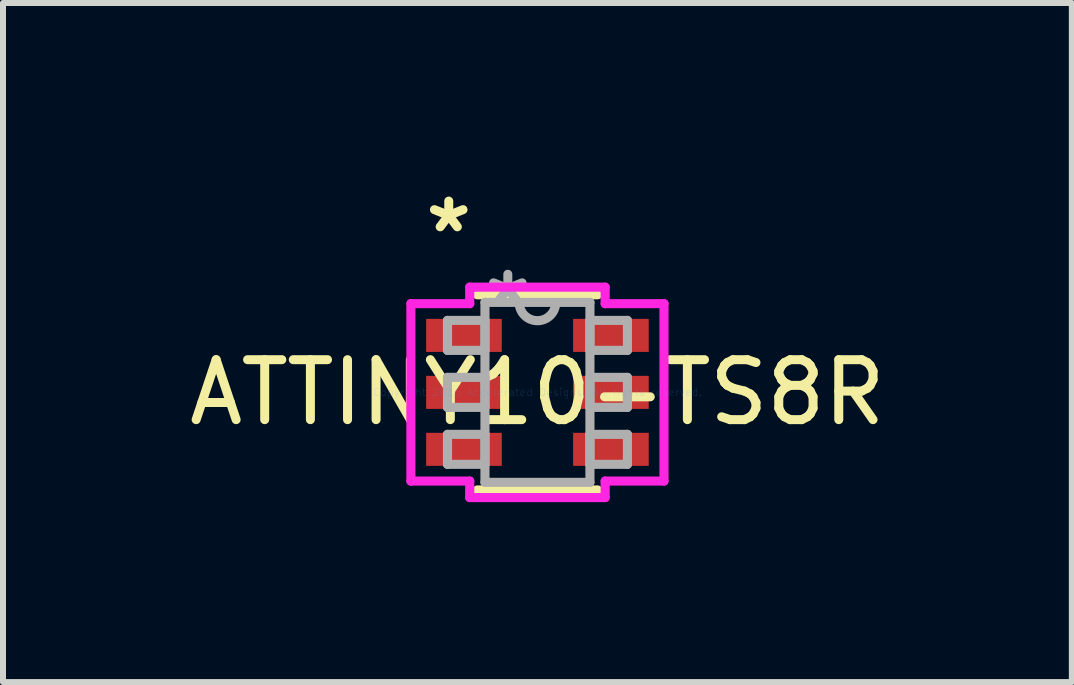
<source format=kicad_pcb>
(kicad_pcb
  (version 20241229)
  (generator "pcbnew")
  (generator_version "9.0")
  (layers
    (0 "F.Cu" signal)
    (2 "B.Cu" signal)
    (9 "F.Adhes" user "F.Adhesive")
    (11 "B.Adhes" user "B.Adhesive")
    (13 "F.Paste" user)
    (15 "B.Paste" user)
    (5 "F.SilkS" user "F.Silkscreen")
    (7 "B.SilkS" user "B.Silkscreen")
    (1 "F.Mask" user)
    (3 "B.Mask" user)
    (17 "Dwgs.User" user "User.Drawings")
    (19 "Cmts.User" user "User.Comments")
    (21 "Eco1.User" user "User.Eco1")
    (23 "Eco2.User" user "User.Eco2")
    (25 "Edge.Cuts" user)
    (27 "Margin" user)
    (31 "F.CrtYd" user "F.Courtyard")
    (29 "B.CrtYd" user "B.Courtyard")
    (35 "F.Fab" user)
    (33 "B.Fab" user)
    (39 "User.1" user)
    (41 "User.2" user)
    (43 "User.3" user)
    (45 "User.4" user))
  (footprint "ATTINY10-TS8R"
    (layer "F.Cu")
    (at 5.911 3.492)
    (property "Reference" "ATTINY10-TS8R" (at 0 0 0) (layer "F.SilkS") (effects (font (size 1 1) (thickness 0.15))))
    (attr through_hole)
    (fp_line (start -1.002 1.627) (end 1.002 1.627) (stroke (width 0.152) (type solid)) (layer "F.SilkS"))
    (fp_line (start 1.002 -1.627) (end -1.002 -1.627) (stroke (width 0.152) (type solid)) (layer "F.SilkS"))
    (fp_line (start -2.11 -1.479) (end -1.129 -1.479) (stroke (width 0.152) (type solid)) (layer "F.CrtYd"))
    (fp_line (start -2.11 1.479) (end -2.11 -1.479) (stroke (width 0.152) (type solid)) (layer "F.CrtYd"))
    (fp_line (start -1.129 -1.754) (end 1.129 -1.754) (stroke (width 0.152) (type solid)) (layer "F.CrtYd"))
    (fp_line (start -1.129 -1.479) (end -1.129 -1.754) (stroke (width 0.152) (type solid)) (layer "F.CrtYd"))
    (fp_line (start -1.129 1.479) (end -2.11 1.479) (stroke (width 0.152) (type solid)) (layer "F.CrtYd"))
    (fp_line (start -1.129 1.754) (end -1.129 1.479) (stroke (width 0.152) (type solid)) (layer "F.CrtYd"))
    (fp_line (start 1.129 -1.754) (end 1.129 -1.479) (stroke (width 0.152) (type solid)) (layer "F.CrtYd"))
    (fp_line (start 1.129 -1.479) (end 2.11 -1.479) (stroke (width 0.152) (type solid)) (layer "F.CrtYd"))
    (fp_line (start 1.129 1.479) (end 1.129 1.754) (stroke (width 0.152) (type solid)) (layer "F.CrtYd"))
    (fp_line (start 1.129 1.754) (end -1.129 1.754) (stroke (width 0.152) (type solid)) (layer "F.CrtYd"))
    (fp_line (start 2.11 -1.479) (end 2.11 1.479) (stroke (width 0.152) (type solid)) (layer "F.CrtYd"))
    (fp_line (start 2.11 1.479) (end 1.129 1.479) (stroke (width 0.152) (type solid)) (layer "F.CrtYd"))
    (fp_line (start -1.5 -1.2) (end -1.5 -0.7) (stroke (width 0.152) (type solid)) (layer "F.Fab"))
    (fp_line (start -1.5 -0.7) (end -0.875 -0.7) (stroke (width 0.152) (type solid)) (layer "F.Fab"))
    (fp_line (start -1.5 -0.25) (end -1.5 0.25) (stroke (width 0.152) (type solid)) (layer "F.Fab"))
    (fp_line (start -1.5 0.25) (end -0.875 0.25) (stroke (width 0.152) (type solid)) (layer "F.Fab"))
    (fp_line (start -1.5 0.7) (end -1.5 1.2) (stroke (width 0.152) (type solid)) (layer "F.Fab"))
    (fp_line (start -1.5 1.2) (end -0.875 1.2) (stroke (width 0.152) (type solid)) (layer "F.Fab"))
    (fp_line (start -0.875 -1.5) (end -0.875 1.5) (stroke (width 0.152) (type solid)) (layer "F.Fab"))
    (fp_line (start -0.875 -1.2) (end -1.5 -1.2) (stroke (width 0.152) (type solid)) (layer "F.Fab"))
    (fp_line (start -0.875 -0.7) (end -0.875 -1.2) (stroke (width 0.152) (type solid)) (layer "F.Fab"))
    (fp_line (start -0.875 -0.25) (end -1.5 -0.25) (stroke (width 0.152) (type solid)) (layer "F.Fab"))
    (fp_line (start -0.875 0.25) (end -0.875 -0.25) (stroke (width 0.152) (type solid)) (layer "F.Fab"))
    (fp_line (start -0.875 0.7) (end -1.5 0.7) (stroke (width 0.152) (type solid)) (layer "F.Fab"))
    (fp_line (start -0.875 1.2) (end -0.875 0.7) (stroke (width 0.152) (type solid)) (layer "F.Fab"))
    (fp_line (start -0.875 1.5) (end 0.875 1.5) (stroke (width 0.152) (type solid)) (layer "F.Fab"))
    (fp_line (start 0.875 -1.5) (end -0.875 -1.5) (stroke (width 0.152) (type solid)) (layer "F.Fab"))
    (fp_line (start 0.875 -1.2) (end 0.875 -0.7) (stroke (width 0.152) (type solid)) (layer "F.Fab"))
    (fp_line (start 0.875 -0.7) (end 1.5 -0.7) (stroke (width 0.152) (type solid)) (layer "F.Fab"))
    (fp_line (start 0.875 -0.25) (end 0.875 0.25) (stroke (width 0.152) (type solid)) (layer "F.Fab"))
    (fp_line (start 0.875 0.25) (end 1.5 0.25) (stroke (width 0.152) (type solid)) (layer "F.Fab"))
    (fp_line (start 0.875 0.7) (end 0.875 1.2) (stroke (width 0.152) (type solid)) (layer "F.Fab"))
    (fp_line (start 0.875 1.2) (end 1.5 1.2) (stroke (width 0.152) (type solid)) (layer "F.Fab"))
    (fp_line (start 0.875 1.5) (end 0.875 -1.5) (stroke (width 0.152) (type solid)) (layer "F.Fab"))
    (fp_line (start 1.5 -1.2) (end 0.875 -1.2) (stroke (width 0.152) (type solid)) (layer "F.Fab"))
    (fp_line (start 1.5 -0.7) (end 1.5 -1.2) (stroke (width 0.152) (type solid)) (layer "F.Fab"))
    (fp_line (start 1.5 -0.25) (end 0.875 -0.25) (stroke (width 0.152) (type solid)) (layer "F.Fab"))
    (fp_line (start 1.5 0.25) (end 1.5 -0.25) (stroke (width 0.152) (type solid)) (layer "F.Fab"))
    (fp_line (start 1.5 0.7) (end 0.875 0.7) (stroke (width 0.152) (type solid)) (layer "F.Fab"))
    (fp_line (start 1.5 1.2) (end 1.5 0.7) (stroke (width 0.152) (type solid)) (layer "F.Fab"))
    (fp_arc (start 0.3048 -1.5) (mid 0 -1.1952) (end -0.3048 -1.5) (stroke (width 0.1524) (type solid)) (layer "F.Fab"))
    (fp_text user "*" (at -1.479 -2.644 0) (layer "F.SilkS") (effects (font (size 1 1) (thickness 0.15))))
    (fp_text user "Copyright 2016 Accelerated Designs. All rights reserved." (at 0 0 0) (layer "Cmts.User") (effects (font (size 0.127 0.127) (thickness 0.002))))
    (fp_text user "*" (at -0.494 -1.424 0) (layer "F.Fab") (effects (font (size 1 1) (thickness 0.15))))
    (pad "1" smd rect (at -1.225 -0.95) (size 1.261 0.551) (layers "F.Cu" "F.Mask" "F.Paste"))
    (pad "2" smd rect (at -1.225 0) (size 1.261 0.551) (layers "F.Cu" "F.Mask" "F.Paste"))
    (pad "3" smd rect (at -1.225 0.95) (size 1.261 0.551) (layers "F.Cu" "F.Mask" "F.Paste"))
    (pad "4" smd rect (at 1.225 0.95) (size 1.261 0.551) (layers "F.Cu" "F.Mask" "F.Paste"))
    (pad "5" smd rect (at 1.225 0) (size 1.261 0.551) (layers "F.Cu" "F.Mask" "F.Paste"))
    (pad "6" smd rect (at 1.225 -0.95) (size 1.261 0.551) (layers "F.Cu" "F.Mask" "F.Paste")))
  (gr_rect
    (start -3 -3)
    (end 14.821 8.322)
    (stroke (width 0.1) (type default))
    (fill no)
    (layer "Edge.Cuts")))
</source>
